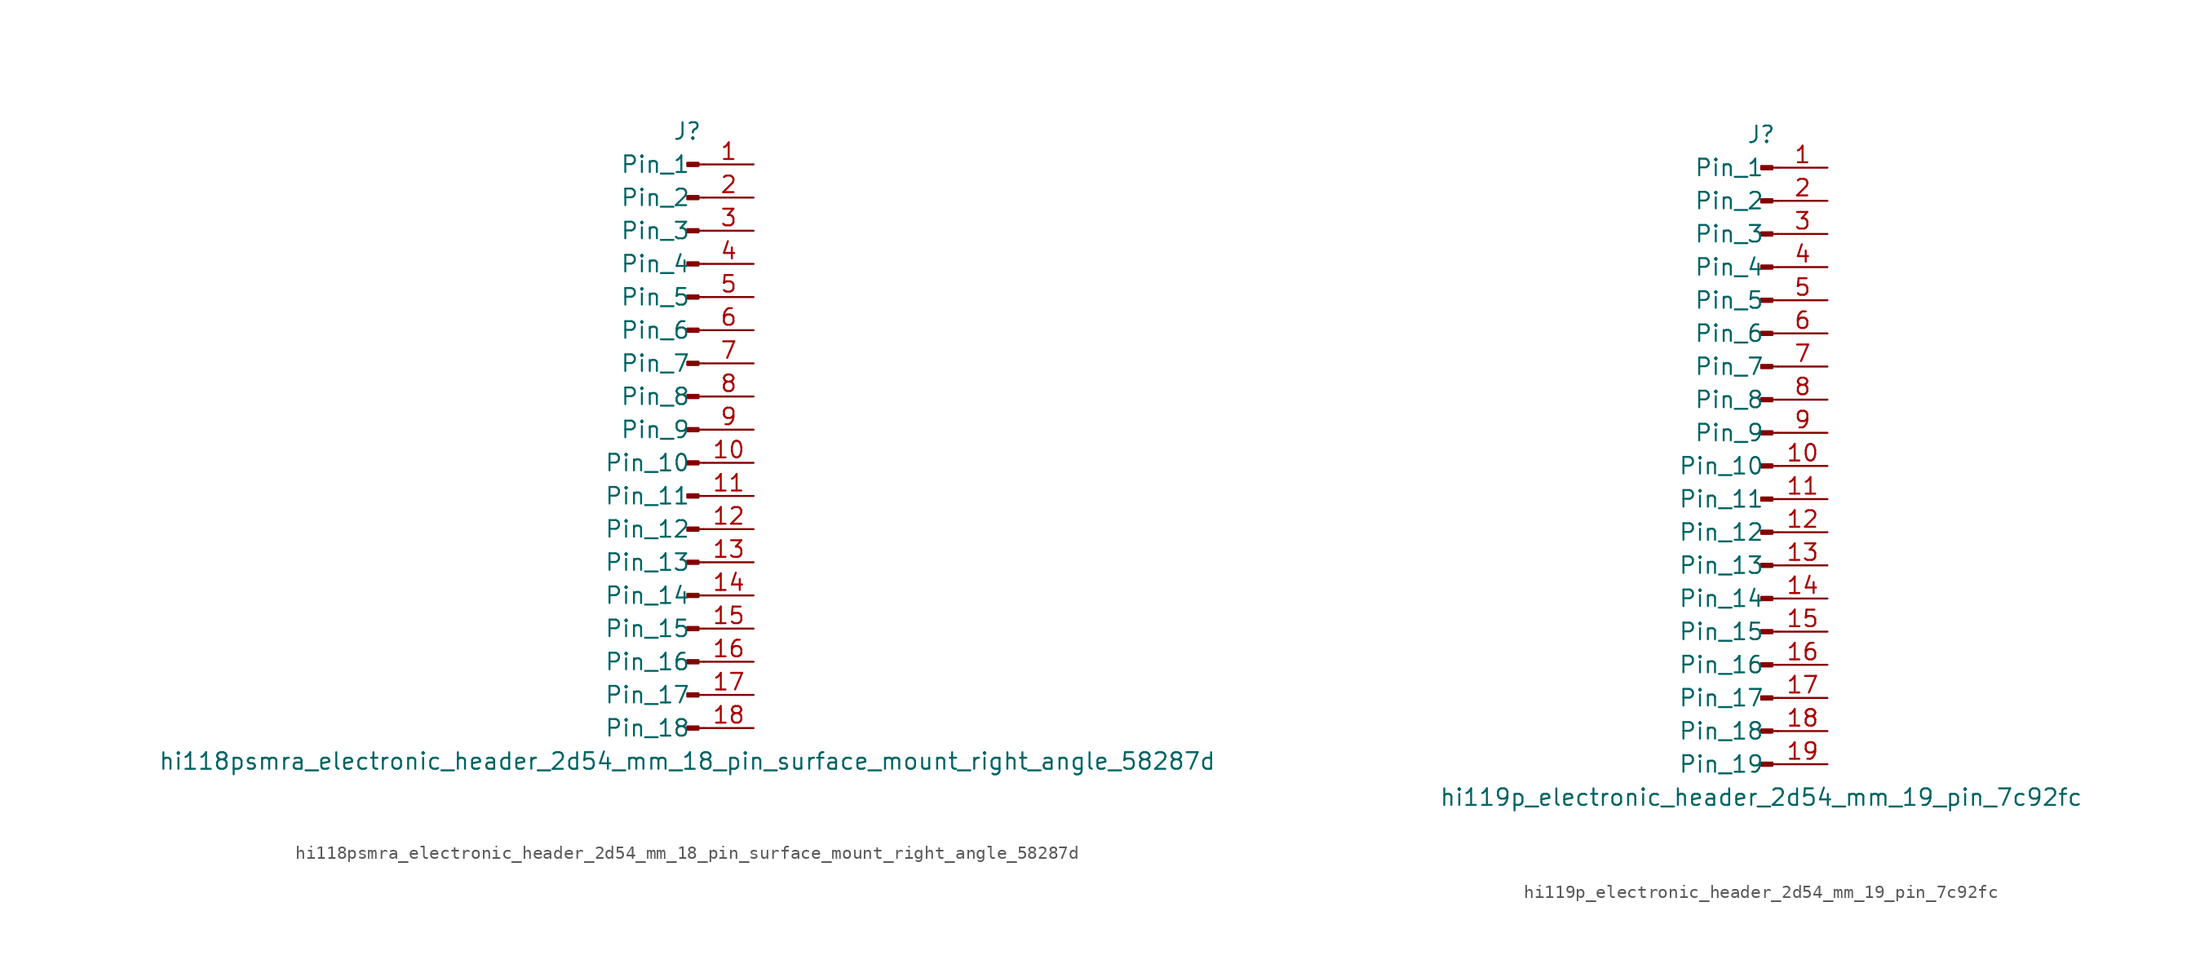
<source format=kicad_sym>
(kicad_symbol_lib
  (version 20220914)
  (generator kicad_symbol_editor)
  (symbol "hi118psmra_electronic_header_2d54_mm_18_pin_surface_mount_right_angle_58287d"
    (pin_names
      (offset 1.016))
    (property "Reference" "J"
      (at 0 22.86 0)
      (effects (font (size 1.27 1.27))))
    (property "Value" "hi118psmra_electronic_header_2d54_mm_18_pin_surface_mount_right_angle_58287d"
      (at 0 -25.4 0)
      (effects (font (size 1.27 1.27))))
    (property "ki_locked" ""
      (at 0 0 0)
      (effects (font (size 1.27 1.27))))
    (symbol "hi118psmra_electronic_header_2d54_mm_18_pin_surface_mount_right_angle_58287d_1_1"
      (polyline (pts (xy 1.27 -22.86) (xy 0.864 -22.86)) (stroke (width 0.152) (type default)) (fill (type none)))
      (polyline (pts (xy 1.27 -20.32) (xy 0.864 -20.32)) (stroke (width 0.152) (type default)) (fill (type none)))
      (polyline (pts (xy 1.27 -17.78) (xy 0.864 -17.78)) (stroke (width 0.152) (type default)) (fill (type none)))
      (polyline (pts (xy 1.27 -15.24) (xy 0.864 -15.24)) (stroke (width 0.152) (type default)) (fill (type none)))
      (polyline (pts (xy 1.27 -12.7) (xy 0.864 -12.7)) (stroke (width 0.152) (type default)) (fill (type none)))
      (polyline (pts (xy 1.27 -10.16) (xy 0.864 -10.16)) (stroke (width 0.152) (type default)) (fill (type none)))
      (polyline (pts (xy 1.27 -7.62) (xy 0.864 -7.62)) (stroke (width 0.152) (type default)) (fill (type none)))
      (polyline (pts (xy 1.27 -5.08) (xy 0.864 -5.08)) (stroke (width 0.152) (type default)) (fill (type none)))
      (polyline (pts (xy 1.27 -2.54) (xy 0.864 -2.54)) (stroke (width 0.152) (type default)) (fill (type none)))
      (polyline (pts (xy 1.27 0) (xy 0.864 0)) (stroke (width 0.152) (type default)) (fill (type none)))
      (polyline (pts (xy 1.27 2.54) (xy 0.864 2.54)) (stroke (width 0.152) (type default)) (fill (type none)))
      (polyline (pts (xy 1.27 5.08) (xy 0.864 5.08)) (stroke (width 0.152) (type default)) (fill (type none)))
      (polyline (pts (xy 1.27 7.62) (xy 0.864 7.62)) (stroke (width 0.152) (type default)) (fill (type none)))
      (polyline (pts (xy 1.27 10.16) (xy 0.864 10.16)) (stroke (width 0.152) (type default)) (fill (type none)))
      (polyline (pts (xy 1.27 12.7) (xy 0.864 12.7)) (stroke (width 0.152) (type default)) (fill (type none)))
      (polyline (pts (xy 1.27 15.24) (xy 0.864 15.24)) (stroke (width 0.152) (type default)) (fill (type none)))
      (polyline (pts (xy 1.27 17.78) (xy 0.864 17.78)) (stroke (width 0.152) (type default)) (fill (type none)))
      (polyline (pts (xy 1.27 20.32) (xy 0.864 20.32)) (stroke (width 0.152) (type default)) (fill (type none)))
      (rectangle (start 0.864 -22.733) (end 0 -22.987) (stroke (width 0.152) (type default)) (fill (type outline)))
      (rectangle (start 0.864 -20.193) (end 0 -20.447) (stroke (width 0.152) (type default)) (fill (type outline)))
      (rectangle (start 0.864 -17.653) (end 0 -17.907) (stroke (width 0.152) (type default)) (fill (type outline)))
      (rectangle (start 0.864 -15.113) (end 0 -15.367) (stroke (width 0.152) (type default)) (fill (type outline)))
      (rectangle (start 0.864 -12.573) (end 0 -12.827) (stroke (width 0.152) (type default)) (fill (type outline)))
      (rectangle (start 0.864 -10.033) (end 0 -10.287) (stroke (width 0.152) (type default)) (fill (type outline)))
      (rectangle (start 0.864 -7.493) (end 0 -7.747) (stroke (width 0.152) (type default)) (fill (type outline)))
      (rectangle (start 0.864 -4.953) (end 0 -5.207) (stroke (width 0.152) (type default)) (fill (type outline)))
      (rectangle (start 0.864 -2.413) (end 0 -2.667) (stroke (width 0.152) (type default)) (fill (type outline)))
      (rectangle (start 0.864 0.127) (end 0 -0.127) (stroke (width 0.152) (type default)) (fill (type outline)))
      (rectangle (start 0.864 2.667) (end 0 2.413) (stroke (width 0.152) (type default)) (fill (type outline)))
      (rectangle (start 0.864 5.207) (end 0 4.953) (stroke (width 0.152) (type default)) (fill (type outline)))
      (rectangle (start 0.864 7.747) (end 0 7.493) (stroke (width 0.152) (type default)) (fill (type outline)))
      (rectangle (start 0.864 10.287) (end 0 10.033) (stroke (width 0.152) (type default)) (fill (type outline)))
      (rectangle (start 0.864 12.827) (end 0 12.573) (stroke (width 0.152) (type default)) (fill (type outline)))
      (rectangle (start 0.864 15.367) (end 0 15.113) (stroke (width 0.152) (type default)) (fill (type outline)))
      (rectangle (start 0.864 17.907) (end 0 17.653) (stroke (width 0.152) (type default)) (fill (type outline)))
      (rectangle (start 0.864 20.447) (end 0 20.193) (stroke (width 0.152) (type default)) (fill (type outline)))
      (pin passive line (at 5.08 20.32 180) (length 3.81) (name "Pin_1" (effects (font (size 1.27 1.27)))) (number "1" (effects (font (size 1.27 1.27)))))
      (pin passive line (at 5.08 -2.54 180) (length 3.81) (name "Pin_10" (effects (font (size 1.27 1.27)))) (number "10" (effects (font (size 1.27 1.27)))))
      (pin passive line (at 5.08 -5.08 180) (length 3.81) (name "Pin_11" (effects (font (size 1.27 1.27)))) (number "11" (effects (font (size 1.27 1.27)))))
      (pin passive line (at 5.08 -7.62 180) (length 3.81) (name "Pin_12" (effects (font (size 1.27 1.27)))) (number "12" (effects (font (size 1.27 1.27)))))
      (pin passive line (at 5.08 -10.16 180) (length 3.81) (name "Pin_13" (effects (font (size 1.27 1.27)))) (number "13" (effects (font (size 1.27 1.27)))))
      (pin passive line (at 5.08 -12.7 180) (length 3.81) (name "Pin_14" (effects (font (size 1.27 1.27)))) (number "14" (effects (font (size 1.27 1.27)))))
      (pin passive line (at 5.08 -15.24 180) (length 3.81) (name "Pin_15" (effects (font (size 1.27 1.27)))) (number "15" (effects (font (size 1.27 1.27)))))
      (pin passive line (at 5.08 -17.78 180) (length 3.81) (name "Pin_16" (effects (font (size 1.27 1.27)))) (number "16" (effects (font (size 1.27 1.27)))))
      (pin passive line (at 5.08 -20.32 180) (length 3.81) (name "Pin_17" (effects (font (size 1.27 1.27)))) (number "17" (effects (font (size 1.27 1.27)))))
      (pin passive line (at 5.08 -22.86 180) (length 3.81) (name "Pin_18" (effects (font (size 1.27 1.27)))) (number "18" (effects (font (size 1.27 1.27)))))
      (pin passive line (at 5.08 17.78 180) (length 3.81) (name "Pin_2" (effects (font (size 1.27 1.27)))) (number "2" (effects (font (size 1.27 1.27)))))
      (pin passive line (at 5.08 15.24 180) (length 3.81) (name "Pin_3" (effects (font (size 1.27 1.27)))) (number "3" (effects (font (size 1.27 1.27)))))
      (pin passive line (at 5.08 12.7 180) (length 3.81) (name "Pin_4" (effects (font (size 1.27 1.27)))) (number "4" (effects (font (size 1.27 1.27)))))
      (pin passive line (at 5.08 10.16 180) (length 3.81) (name "Pin_5" (effects (font (size 1.27 1.27)))) (number "5" (effects (font (size 1.27 1.27)))))
      (pin passive line (at 5.08 7.62 180) (length 3.81) (name "Pin_6" (effects (font (size 1.27 1.27)))) (number "6" (effects (font (size 1.27 1.27)))))
      (pin passive line (at 5.08 5.08 180) (length 3.81) (name "Pin_7" (effects (font (size 1.27 1.27)))) (number "7" (effects (font (size 1.27 1.27)))))
      (pin passive line (at 5.08 2.54 180) (length 3.81) (name "Pin_8" (effects (font (size 1.27 1.27)))) (number "8" (effects (font (size 1.27 1.27)))))
      (pin passive line (at 5.08 0 180) (length 3.81) (name "Pin_9" (effects (font (size 1.27 1.27)))) (number "9" (effects (font (size 1.27 1.27)))))))
  (symbol "hi119p_electronic_header_2d54_mm_19_pin_7c92fc"
    (pin_names
      (offset 1.016))
    (property "Reference" "J"
      (at 0 25.4 0)
      (effects (font (size 1.27 1.27))))
    (property "Value" "hi119p_electronic_header_2d54_mm_19_pin_7c92fc"
      (at 0 -25.4 0)
      (effects (font (size 1.27 1.27))))
    (property "ki_locked" ""
      (at 0 0 0)
      (effects (font (size 1.27 1.27))))
    (symbol "hi119p_electronic_header_2d54_mm_19_pin_7c92fc_1_1"
      (polyline (pts (xy 1.27 -22.86) (xy 0.864 -22.86)) (stroke (width 0.152) (type default)) (fill (type none)))
      (polyline (pts (xy 1.27 -20.32) (xy 0.864 -20.32)) (stroke (width 0.152) (type default)) (fill (type none)))
      (polyline (pts (xy 1.27 -17.78) (xy 0.864 -17.78)) (stroke (width 0.152) (type default)) (fill (type none)))
      (polyline (pts (xy 1.27 -15.24) (xy 0.864 -15.24)) (stroke (width 0.152) (type default)) (fill (type none)))
      (polyline (pts (xy 1.27 -12.7) (xy 0.864 -12.7)) (stroke (width 0.152) (type default)) (fill (type none)))
      (polyline (pts (xy 1.27 -10.16) (xy 0.864 -10.16)) (stroke (width 0.152) (type default)) (fill (type none)))
      (polyline (pts (xy 1.27 -7.62) (xy 0.864 -7.62)) (stroke (width 0.152) (type default)) (fill (type none)))
      (polyline (pts (xy 1.27 -5.08) (xy 0.864 -5.08)) (stroke (width 0.152) (type default)) (fill (type none)))
      (polyline (pts (xy 1.27 -2.54) (xy 0.864 -2.54)) (stroke (width 0.152) (type default)) (fill (type none)))
      (polyline (pts (xy 1.27 0) (xy 0.864 0)) (stroke (width 0.152) (type default)) (fill (type none)))
      (polyline (pts (xy 1.27 2.54) (xy 0.864 2.54)) (stroke (width 0.152) (type default)) (fill (type none)))
      (polyline (pts (xy 1.27 5.08) (xy 0.864 5.08)) (stroke (width 0.152) (type default)) (fill (type none)))
      (polyline (pts (xy 1.27 7.62) (xy 0.864 7.62)) (stroke (width 0.152) (type default)) (fill (type none)))
      (polyline (pts (xy 1.27 10.16) (xy 0.864 10.16)) (stroke (width 0.152) (type default)) (fill (type none)))
      (polyline (pts (xy 1.27 12.7) (xy 0.864 12.7)) (stroke (width 0.152) (type default)) (fill (type none)))
      (polyline (pts (xy 1.27 15.24) (xy 0.864 15.24)) (stroke (width 0.152) (type default)) (fill (type none)))
      (polyline (pts (xy 1.27 17.78) (xy 0.864 17.78)) (stroke (width 0.152) (type default)) (fill (type none)))
      (polyline (pts (xy 1.27 20.32) (xy 0.864 20.32)) (stroke (width 0.152) (type default)) (fill (type none)))
      (polyline (pts (xy 1.27 22.86) (xy 0.864 22.86)) (stroke (width 0.152) (type default)) (fill (type none)))
      (rectangle (start 0.864 -22.733) (end 0 -22.987) (stroke (width 0.152) (type default)) (fill (type outline)))
      (rectangle (start 0.864 -20.193) (end 0 -20.447) (stroke (width 0.152) (type default)) (fill (type outline)))
      (rectangle (start 0.864 -17.653) (end 0 -17.907) (stroke (width 0.152) (type default)) (fill (type outline)))
      (rectangle (start 0.864 -15.113) (end 0 -15.367) (stroke (width 0.152) (type default)) (fill (type outline)))
      (rectangle (start 0.864 -12.573) (end 0 -12.827) (stroke (width 0.152) (type default)) (fill (type outline)))
      (rectangle (start 0.864 -10.033) (end 0 -10.287) (stroke (width 0.152) (type default)) (fill (type outline)))
      (rectangle (start 0.864 -7.493) (end 0 -7.747) (stroke (width 0.152) (type default)) (fill (type outline)))
      (rectangle (start 0.864 -4.953) (end 0 -5.207) (stroke (width 0.152) (type default)) (fill (type outline)))
      (rectangle (start 0.864 -2.413) (end 0 -2.667) (stroke (width 0.152) (type default)) (fill (type outline)))
      (rectangle (start 0.864 0.127) (end 0 -0.127) (stroke (width 0.152) (type default)) (fill (type outline)))
      (rectangle (start 0.864 2.667) (end 0 2.413) (stroke (width 0.152) (type default)) (fill (type outline)))
      (rectangle (start 0.864 5.207) (end 0 4.953) (stroke (width 0.152) (type default)) (fill (type outline)))
      (rectangle (start 0.864 7.747) (end 0 7.493) (stroke (width 0.152) (type default)) (fill (type outline)))
      (rectangle (start 0.864 10.287) (end 0 10.033) (stroke (width 0.152) (type default)) (fill (type outline)))
      (rectangle (start 0.864 12.827) (end 0 12.573) (stroke (width 0.152) (type default)) (fill (type outline)))
      (rectangle (start 0.864 15.367) (end 0 15.113) (stroke (width 0.152) (type default)) (fill (type outline)))
      (rectangle (start 0.864 17.907) (end 0 17.653) (stroke (width 0.152) (type default)) (fill (type outline)))
      (rectangle (start 0.864 20.447) (end 0 20.193) (stroke (width 0.152) (type default)) (fill (type outline)))
      (rectangle (start 0.864 22.987) (end 0 22.733) (stroke (width 0.152) (type default)) (fill (type outline)))
      (pin passive line (at 5.08 22.86 180) (length 3.81) (name "Pin_1" (effects (font (size 1.27 1.27)))) (number "1" (effects (font (size 1.27 1.27)))))
      (pin passive line (at 5.08 0 180) (length 3.81) (name "Pin_10" (effects (font (size 1.27 1.27)))) (number "10" (effects (font (size 1.27 1.27)))))
      (pin passive line (at 5.08 -2.54 180) (length 3.81) (name "Pin_11" (effects (font (size 1.27 1.27)))) (number "11" (effects (font (size 1.27 1.27)))))
      (pin passive line (at 5.08 -5.08 180) (length 3.81) (name "Pin_12" (effects (font (size 1.27 1.27)))) (number "12" (effects (font (size 1.27 1.27)))))
      (pin passive line (at 5.08 -7.62 180) (length 3.81) (name "Pin_13" (effects (font (size 1.27 1.27)))) (number "13" (effects (font (size 1.27 1.27)))))
      (pin passive line (at 5.08 -10.16 180) (length 3.81) (name "Pin_14" (effects (font (size 1.27 1.27)))) (number "14" (effects (font (size 1.27 1.27)))))
      (pin passive line (at 5.08 -12.7 180) (length 3.81) (name "Pin_15" (effects (font (size 1.27 1.27)))) (number "15" (effects (font (size 1.27 1.27)))))
      (pin passive line (at 5.08 -15.24 180) (length 3.81) (name "Pin_16" (effects (font (size 1.27 1.27)))) (number "16" (effects (font (size 1.27 1.27)))))
      (pin passive line (at 5.08 -17.78 180) (length 3.81) (name "Pin_17" (effects (font (size 1.27 1.27)))) (number "17" (effects (font (size 1.27 1.27)))))
      (pin passive line (at 5.08 -20.32 180) (length 3.81) (name "Pin_18" (effects (font (size 1.27 1.27)))) (number "18" (effects (font (size 1.27 1.27)))))
      (pin passive line (at 5.08 -22.86 180) (length 3.81) (name "Pin_19" (effects (font (size 1.27 1.27)))) (number "19" (effects (font (size 1.27 1.27)))))
      (pin passive line (at 5.08 20.32 180) (length 3.81) (name "Pin_2" (effects (font (size 1.27 1.27)))) (number "2" (effects (font (size 1.27 1.27)))))
      (pin passive line (at 5.08 17.78 180) (length 3.81) (name "Pin_3" (effects (font (size 1.27 1.27)))) (number "3" (effects (font (size 1.27 1.27)))))
      (pin passive line (at 5.08 15.24 180) (length 3.81) (name "Pin_4" (effects (font (size 1.27 1.27)))) (number "4" (effects (font (size 1.27 1.27)))))
      (pin passive line (at 5.08 12.7 180) (length 3.81) (name "Pin_5" (effects (font (size 1.27 1.27)))) (number "5" (effects (font (size 1.27 1.27)))))
      (pin passive line (at 5.08 10.16 180) (length 3.81) (name "Pin_6" (effects (font (size 1.27 1.27)))) (number "6" (effects (font (size 1.27 1.27)))))
      (pin passive line (at 5.08 7.62 180) (length 3.81) (name "Pin_7" (effects (font (size 1.27 1.27)))) (number "7" (effects (font (size 1.27 1.27)))))
      (pin passive line (at 5.08 5.08 180) (length 3.81) (name "Pin_8" (effects (font (size 1.27 1.27)))) (number "8" (effects (font (size 1.27 1.27)))))
      (pin passive line (at 5.08 2.54 180) (length 3.81) (name "Pin_9" (effects (font (size 1.27 1.27)))) (number "9" (effects (font (size 1.27 1.27))))))))
</source>
